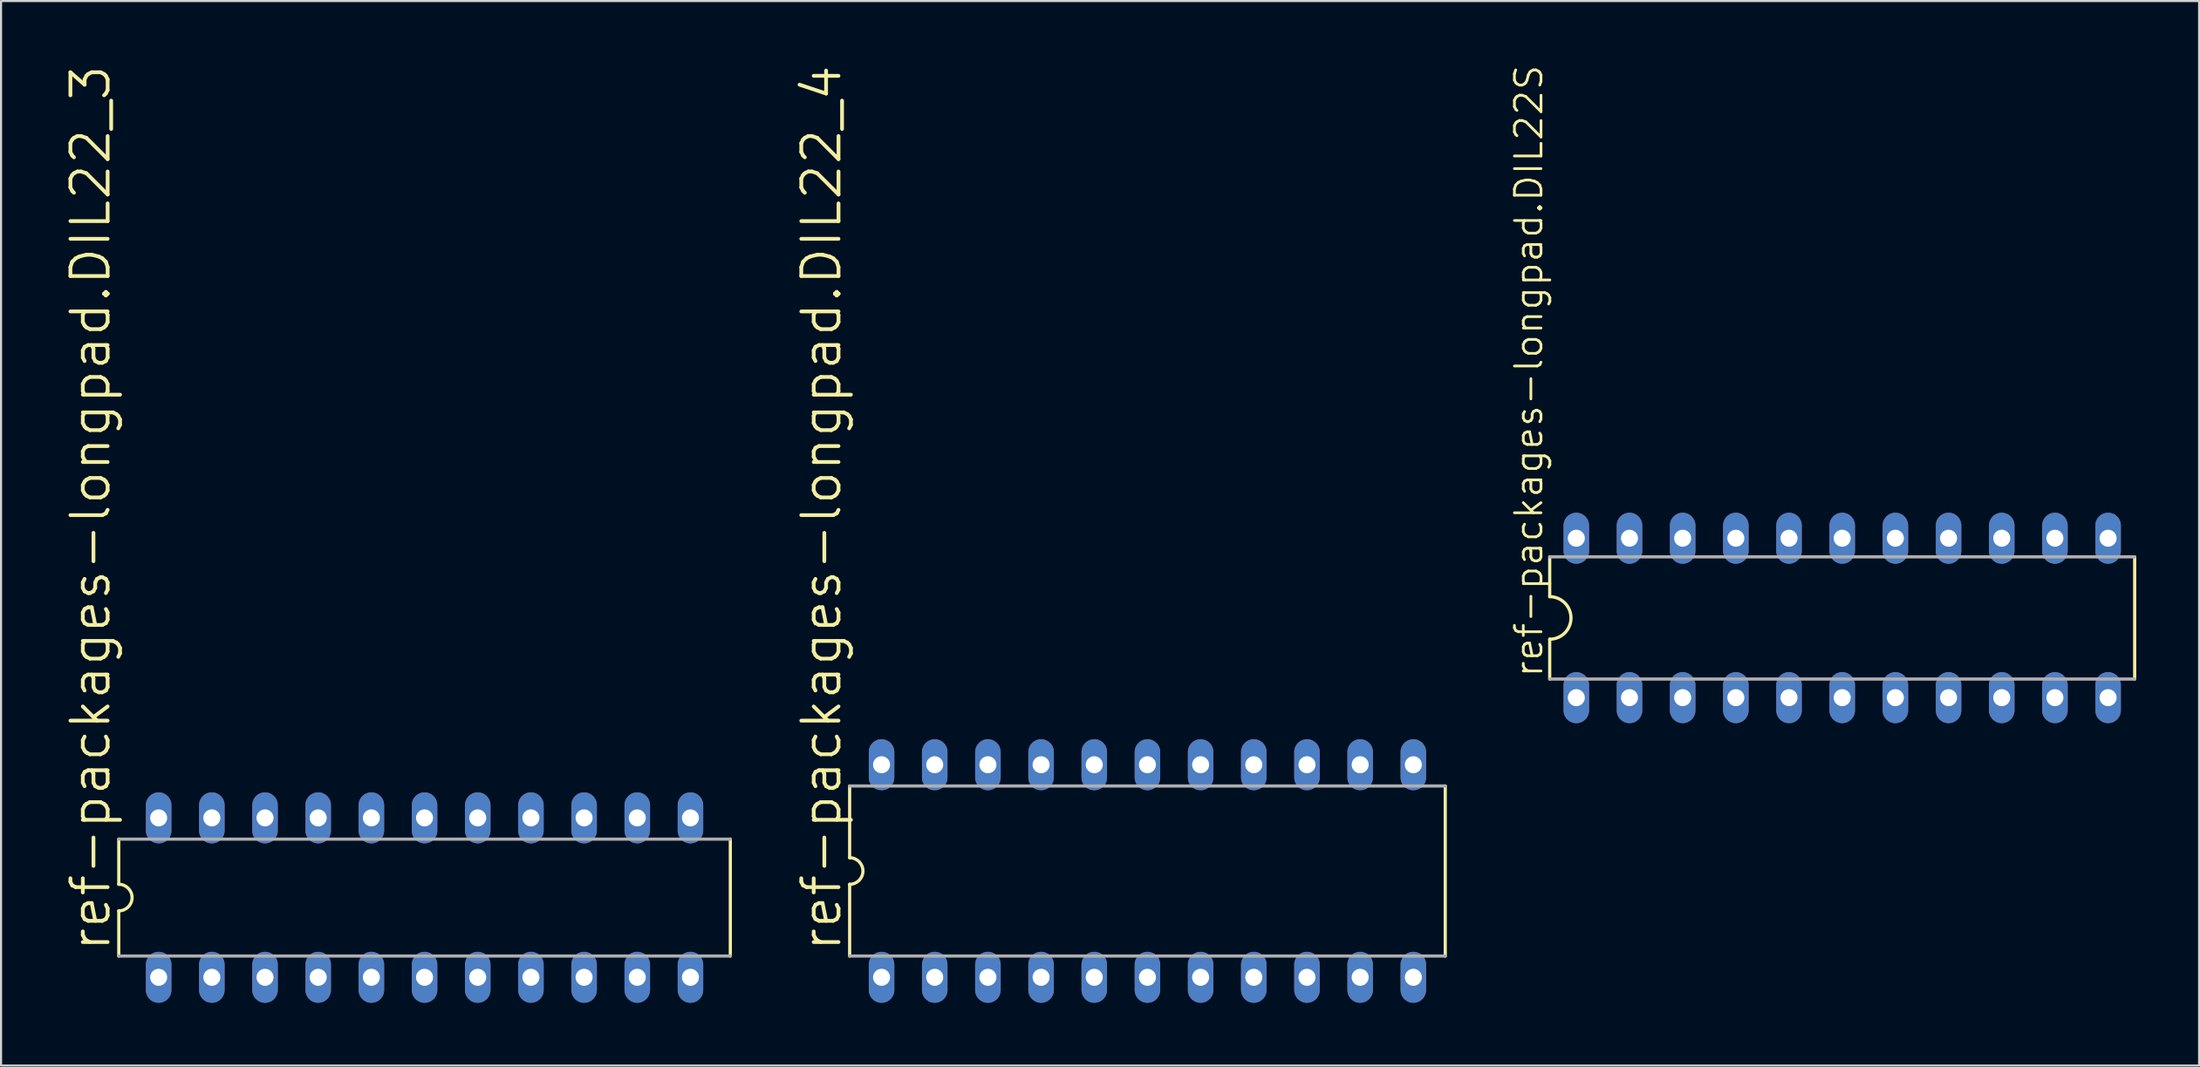
<source format=kicad_pcb>
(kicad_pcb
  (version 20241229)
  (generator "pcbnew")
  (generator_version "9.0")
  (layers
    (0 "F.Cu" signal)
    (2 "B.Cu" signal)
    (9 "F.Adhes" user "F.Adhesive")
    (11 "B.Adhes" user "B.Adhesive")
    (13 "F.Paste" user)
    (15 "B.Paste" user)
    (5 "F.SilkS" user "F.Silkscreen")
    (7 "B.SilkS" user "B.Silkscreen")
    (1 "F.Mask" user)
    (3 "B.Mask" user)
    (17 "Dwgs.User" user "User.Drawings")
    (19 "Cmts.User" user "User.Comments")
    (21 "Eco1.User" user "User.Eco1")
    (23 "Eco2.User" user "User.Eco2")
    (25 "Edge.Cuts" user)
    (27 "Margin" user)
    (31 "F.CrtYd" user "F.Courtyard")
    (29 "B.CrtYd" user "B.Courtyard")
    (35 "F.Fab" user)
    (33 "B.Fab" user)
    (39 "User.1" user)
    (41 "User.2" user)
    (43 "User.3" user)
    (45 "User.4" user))
  (footprint "ref-packages-longpad.DIL22S"
    (layer "F.Cu")
    (at 84.94 26.485)
    (property "Reference" "ref-packages-longpad.DIL22S" (at -14.224 2.921 90) (layer "F.SilkS") (effects (font (size 1.27 1.27) (thickness 0.13)) (justify left bottom)))
    (attr through_hole)
    (fp_line (start -13.97 -2.921) (end -13.97 -1.016) (stroke (width 0.152) (type default)) (layer "F.SilkS"))
    (fp_line (start -13.97 2.921) (end -13.97 1.016) (stroke (width 0.152) (type default)) (layer "F.SilkS"))
    (fp_line (start 13.97 -2.921) (end 13.97 2.921) (stroke (width 0.152) (type default)) (layer "F.SilkS"))
    (fp_arc (start -13.97 -1.016) (mid -12.954 0) (end -13.97 1.016) (stroke (width 0.1524) (type default)) (layer "F.SilkS"))
    (fp_line (start -13.97 2.921) (end 13.97 2.921) (stroke (width 0.152) (type default)) (layer "F.Fab"))
    (fp_line (start 13.97 -2.921) (end -13.97 -2.921) (stroke (width 0.152) (type default)) (layer "F.Fab"))
    (pad "1" thru_hole oval (at -12.7 3.81 90) (size 2.438 1.219) (drill 0.813) (layers "*.Cu" "*.Mask"))
    (pad "2" thru_hole oval (at -10.16 3.81 90) (size 2.438 1.219) (drill 0.813) (layers "*.Cu" "*.Mask"))
    (pad "3" thru_hole oval (at -7.62 3.81 90) (size 2.438 1.219) (drill 0.813) (layers "*.Cu" "*.Mask"))
    (pad "4" thru_hole oval (at -5.08 3.81 90) (size 2.438 1.219) (drill 0.813) (layers "*.Cu" "*.Mask"))
    (pad "5" thru_hole oval (at -2.54 3.81 90) (size 2.438 1.219) (drill 0.813) (layers "*.Cu" "*.Mask"))
    (pad "6" thru_hole oval (at 0 3.81 90) (size 2.438 1.219) (drill 0.813) (layers "*.Cu" "*.Mask"))
    (pad "7" thru_hole oval (at 2.54 3.81 90) (size 2.438 1.219) (drill 0.813) (layers "*.Cu" "*.Mask"))
    (pad "8" thru_hole oval (at 5.08 3.81 90) (size 2.438 1.219) (drill 0.813) (layers "*.Cu" "*.Mask"))
    (pad "9" thru_hole oval (at 7.62 3.81 90) (size 2.438 1.219) (drill 0.813) (layers "*.Cu" "*.Mask"))
    (pad "10" thru_hole oval (at 10.16 3.81 90) (size 2.438 1.219) (drill 0.813) (layers "*.Cu" "*.Mask"))
    (pad "11" thru_hole oval (at 12.7 3.81 90) (size 2.438 1.219) (drill 0.813) (layers "*.Cu" "*.Mask"))
    (pad "12" thru_hole oval (at 12.7 -3.81 90) (size 2.438 1.219) (drill 0.813) (layers "*.Cu" "*.Mask"))
    (pad "13" thru_hole oval (at 10.16 -3.81 90) (size 2.438 1.219) (drill 0.813) (layers "*.Cu" "*.Mask"))
    (pad "14" thru_hole oval (at 7.62 -3.81 90) (size 2.438 1.219) (drill 0.813) (layers "*.Cu" "*.Mask"))
    (pad "15" thru_hole oval (at 5.08 -3.81 90) (size 2.438 1.219) (drill 0.813) (layers "*.Cu" "*.Mask"))
    (pad "16" thru_hole oval (at 2.54 -3.81 90) (size 2.438 1.219) (drill 0.813) (layers "*.Cu" "*.Mask"))
    (pad "17" thru_hole oval (at 0 -3.81 90) (size 2.438 1.219) (drill 0.813) (layers "*.Cu" "*.Mask"))
    (pad "18" thru_hole oval (at -2.54 -3.81 90) (size 2.438 1.219) (drill 0.813) (layers "*.Cu" "*.Mask"))
    (pad "19" thru_hole oval (at -5.08 -3.81 90) (size 2.438 1.219) (drill 0.813) (layers "*.Cu" "*.Mask"))
    (pad "20" thru_hole oval (at -7.62 -3.81 90) (size 2.438 1.219) (drill 0.813) (layers "*.Cu" "*.Mask"))
    (pad "21" thru_hole oval (at -10.16 -3.81 90) (size 2.438 1.219) (drill 0.813) (layers "*.Cu" "*.Mask"))
    (pad "22" thru_hole oval (at -12.7 -3.81 90) (size 2.438 1.219) (drill 0.813) (layers "*.Cu" "*.Mask")))
  (footprint "ref-packages-longpad.DIL22_4"
    (layer "F.Cu")
    (at 51.756 38.581)
    (property "Reference" "ref-packages-longpad.DIL22_4" (at -14.529 3.937 90) (layer "F.SilkS") (effects (font (size 1.778 1.778) (thickness 0.18)) (justify left bottom)))
    (attr through_hole)
    (fp_line (start -14.224 -4.064) (end -14.224 -0.635) (stroke (width 0.152) (type default)) (layer "F.SilkS"))
    (fp_line (start -14.224 0.635) (end -14.224 4.064) (stroke (width 0.152) (type default)) (layer "F.SilkS"))
    (fp_line (start 14.224 4.064) (end 14.224 -4.064) (stroke (width 0.152) (type default)) (layer "F.SilkS"))
    (fp_arc (start -14.224 -0.635) (mid -13.589 0) (end -14.224 0.635) (stroke (width 0.1524) (type default)) (layer "F.SilkS"))
    (fp_line (start -14.224 -4.064) (end 14.224 -4.064) (stroke (width 0.152) (type default)) (layer "F.Fab"))
    (fp_line (start -14.224 4.064) (end 14.224 4.064) (stroke (width 0.152) (type default)) (layer "F.Fab"))
    (pad "1" thru_hole oval (at -12.7 5.08 90) (size 2.438 1.219) (drill 0.813) (layers "*.Cu" "*.Mask"))
    (pad "2" thru_hole oval (at -10.16 5.08 90) (size 2.438 1.219) (drill 0.813) (layers "*.Cu" "*.Mask"))
    (pad "3" thru_hole oval (at -7.62 5.08 90) (size 2.438 1.219) (drill 0.813) (layers "*.Cu" "*.Mask"))
    (pad "4" thru_hole oval (at -5.08 5.08 90) (size 2.438 1.219) (drill 0.813) (layers "*.Cu" "*.Mask"))
    (pad "5" thru_hole oval (at -2.54 5.08 90) (size 2.438 1.219) (drill 0.813) (layers "*.Cu" "*.Mask"))
    (pad "6" thru_hole oval (at 0 5.08 90) (size 2.438 1.219) (drill 0.813) (layers "*.Cu" "*.Mask"))
    (pad "7" thru_hole oval (at 2.54 5.08 90) (size 2.438 1.219) (drill 0.813) (layers "*.Cu" "*.Mask"))
    (pad "8" thru_hole oval (at 5.08 5.08 90) (size 2.438 1.219) (drill 0.813) (layers "*.Cu" "*.Mask"))
    (pad "9" thru_hole oval (at 7.62 5.08 90) (size 2.438 1.219) (drill 0.813) (layers "*.Cu" "*.Mask"))
    (pad "10" thru_hole oval (at 10.16 5.08 90) (size 2.438 1.219) (drill 0.813) (layers "*.Cu" "*.Mask"))
    (pad "11" thru_hole oval (at 12.7 5.08 90) (size 2.438 1.219) (drill 0.813) (layers "*.Cu" "*.Mask"))
    (pad "12" thru_hole oval (at 12.7 -5.08 90) (size 2.438 1.219) (drill 0.813) (layers "*.Cu" "*.Mask"))
    (pad "13" thru_hole oval (at 10.16 -5.08 90) (size 2.438 1.219) (drill 0.813) (layers "*.Cu" "*.Mask"))
    (pad "14" thru_hole oval (at 7.62 -5.08 90) (size 2.438 1.219) (drill 0.813) (layers "*.Cu" "*.Mask"))
    (pad "15" thru_hole oval (at 5.08 -5.08 90) (size 2.438 1.219) (drill 0.813) (layers "*.Cu" "*.Mask"))
    (pad "16" thru_hole oval (at 2.54 -5.08 90) (size 2.438 1.219) (drill 0.813) (layers "*.Cu" "*.Mask"))
    (pad "17" thru_hole oval (at 0 -5.08 90) (size 2.438 1.219) (drill 0.813) (layers "*.Cu" "*.Mask"))
    (pad "18" thru_hole oval (at -2.54 -5.08 90) (size 2.438 1.219) (drill 0.813) (layers "*.Cu" "*.Mask"))
    (pad "19" thru_hole oval (at -5.08 -5.08 90) (size 2.438 1.219) (drill 0.813) (layers "*.Cu" "*.Mask"))
    (pad "20" thru_hole oval (at -7.62 -5.08 90) (size 2.438 1.219) (drill 0.813) (layers "*.Cu" "*.Mask"))
    (pad "21" thru_hole oval (at -10.16 -5.08 90) (size 2.438 1.219) (drill 0.813) (layers "*.Cu" "*.Mask"))
    (pad "22" thru_hole oval (at -12.7 -5.08 90) (size 2.438 1.219) (drill 0.813) (layers "*.Cu" "*.Mask")))
  (footprint "ref-packages-longpad.DIL22_3"
    (layer "F.Cu")
    (at 17.228 39.851)
    (property "Reference" "ref-packages-longpad.DIL22_3" (at -14.91 2.667 90) (layer "F.SilkS") (effects (font (size 1.778 1.778) (thickness 0.18)) (justify left bottom)))
    (attr through_hole)
    (fp_line (start -14.605 -2.794) (end -14.605 -0.635) (stroke (width 0.152) (type default)) (layer "F.SilkS"))
    (fp_line (start -14.605 0.635) (end -14.605 2.794) (stroke (width 0.152) (type default)) (layer "F.SilkS"))
    (fp_line (start 14.605 2.794) (end 14.605 -2.794) (stroke (width 0.152) (type default)) (layer "F.SilkS"))
    (fp_arc (start -14.605 -0.635) (mid -13.97 0) (end -14.605 0.635) (stroke (width 0.1524) (type default)) (layer "F.SilkS"))
    (fp_line (start -14.605 -2.794) (end 14.605 -2.794) (stroke (width 0.152) (type default)) (layer "F.Fab"))
    (fp_line (start -14.605 2.794) (end 14.605 2.794) (stroke (width 0.152) (type default)) (layer "F.Fab"))
    (pad "1" thru_hole oval (at -12.7 3.81 90) (size 2.438 1.219) (drill 0.813) (layers "*.Cu" "*.Mask"))
    (pad "2" thru_hole oval (at -10.16 3.81 90) (size 2.438 1.219) (drill 0.813) (layers "*.Cu" "*.Mask"))
    (pad "3" thru_hole oval (at -7.62 3.81 90) (size 2.438 1.219) (drill 0.813) (layers "*.Cu" "*.Mask"))
    (pad "4" thru_hole oval (at -5.08 3.81 90) (size 2.438 1.219) (drill 0.813) (layers "*.Cu" "*.Mask"))
    (pad "5" thru_hole oval (at -2.54 3.81 90) (size 2.438 1.219) (drill 0.813) (layers "*.Cu" "*.Mask"))
    (pad "6" thru_hole oval (at 0 3.81 90) (size 2.438 1.219) (drill 0.813) (layers "*.Cu" "*.Mask"))
    (pad "7" thru_hole oval (at 2.54 3.81 90) (size 2.438 1.219) (drill 0.813) (layers "*.Cu" "*.Mask"))
    (pad "8" thru_hole oval (at 5.08 3.81 90) (size 2.438 1.219) (drill 0.813) (layers "*.Cu" "*.Mask"))
    (pad "9" thru_hole oval (at 7.62 3.81 90) (size 2.438 1.219) (drill 0.813) (layers "*.Cu" "*.Mask"))
    (pad "10" thru_hole oval (at 10.16 3.81 90) (size 2.438 1.219) (drill 0.813) (layers "*.Cu" "*.Mask"))
    (pad "11" thru_hole oval (at 12.7 3.81 90) (size 2.438 1.219) (drill 0.813) (layers "*.Cu" "*.Mask"))
    (pad "12" thru_hole oval (at 12.7 -3.81 90) (size 2.438 1.219) (drill 0.813) (layers "*.Cu" "*.Mask"))
    (pad "13" thru_hole oval (at 10.16 -3.81 90) (size 2.438 1.219) (drill 0.813) (layers "*.Cu" "*.Mask"))
    (pad "14" thru_hole oval (at 7.62 -3.81 90) (size 2.438 1.219) (drill 0.813) (layers "*.Cu" "*.Mask"))
    (pad "15" thru_hole oval (at 5.08 -3.81 90) (size 2.438 1.219) (drill 0.813) (layers "*.Cu" "*.Mask"))
    (pad "16" thru_hole oval (at 2.54 -3.81 90) (size 2.438 1.219) (drill 0.813) (layers "*.Cu" "*.Mask"))
    (pad "17" thru_hole oval (at 0 -3.81 90) (size 2.438 1.219) (drill 0.813) (layers "*.Cu" "*.Mask"))
    (pad "18" thru_hole oval (at -2.54 -3.81 90) (size 2.438 1.219) (drill 0.813) (layers "*.Cu" "*.Mask"))
    (pad "19" thru_hole oval (at -5.08 -3.81 90) (size 2.438 1.219) (drill 0.813) (layers "*.Cu" "*.Mask"))
    (pad "20" thru_hole oval (at -7.62 -3.81 90) (size 2.438 1.219) (drill 0.813) (layers "*.Cu" "*.Mask"))
    (pad "21" thru_hole oval (at -10.16 -3.81 90) (size 2.438 1.219) (drill 0.813) (layers "*.Cu" "*.Mask"))
    (pad "22" thru_hole oval (at -12.7 -3.81 90) (size 2.438 1.219) (drill 0.813) (layers "*.Cu" "*.Mask")))
  (gr_rect
    (start -3 -3)
    (end 101.986 47.88)
    (stroke (width 0.1) (type default))
    (fill no)
    (layer "Edge.Cuts")))
</source>
